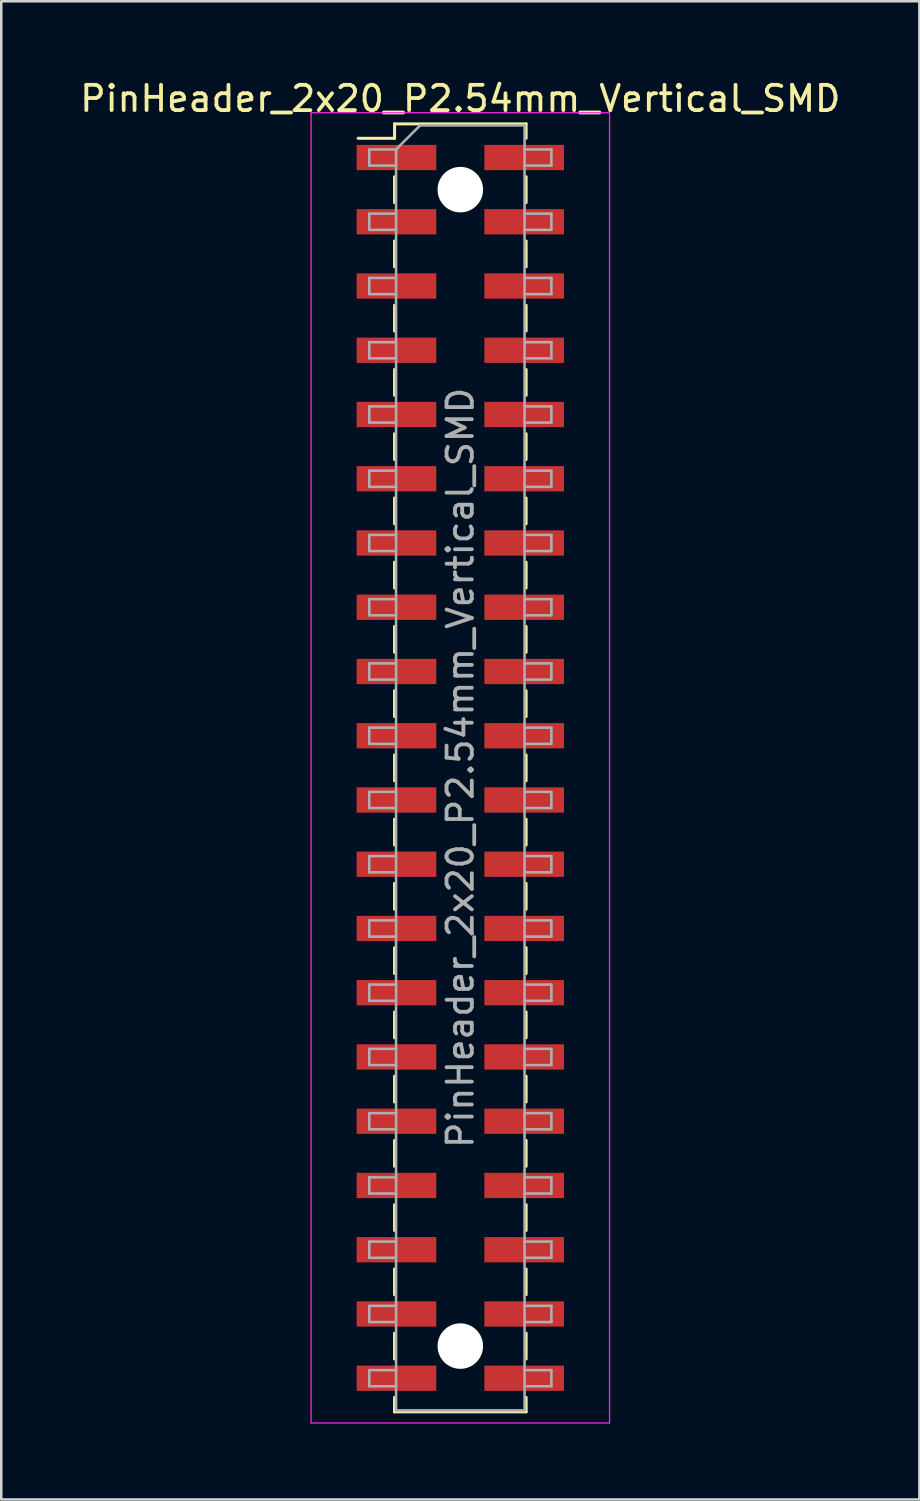
<source format=kicad_pcb>
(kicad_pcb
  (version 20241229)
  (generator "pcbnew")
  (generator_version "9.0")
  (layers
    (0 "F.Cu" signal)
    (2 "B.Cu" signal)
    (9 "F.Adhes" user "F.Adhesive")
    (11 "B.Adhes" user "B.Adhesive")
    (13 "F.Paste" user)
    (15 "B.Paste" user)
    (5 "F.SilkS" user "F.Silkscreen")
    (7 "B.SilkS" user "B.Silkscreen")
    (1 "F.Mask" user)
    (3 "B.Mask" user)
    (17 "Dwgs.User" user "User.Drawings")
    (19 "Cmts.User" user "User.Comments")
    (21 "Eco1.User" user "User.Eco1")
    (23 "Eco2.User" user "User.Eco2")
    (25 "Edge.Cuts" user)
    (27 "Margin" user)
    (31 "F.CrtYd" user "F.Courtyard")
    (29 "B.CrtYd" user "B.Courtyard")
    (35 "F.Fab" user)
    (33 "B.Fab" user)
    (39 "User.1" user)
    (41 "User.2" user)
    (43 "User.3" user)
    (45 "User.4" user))
  (footprint "PinHeader_2x20_P2.54mm_Vertical_SMD"
    (layer "F.Cu")
    (at 15.149 27.308)
    (property "Reference" "PinHeader_2x20_P2.54mm_Vertical_SMD" (at 0 -26.46 0) (layer "F.SilkS") (effects (font (size 1 1) (thickness 0.15))))
    (attr smd)
    (fp_line (start -4.04 -24.89) (end -2.6 -24.89) (stroke (width 0.12) (type solid)) (layer "F.SilkS"))
    (fp_line (start -2.6 -25.46) (end -2.6 -24.89) (stroke (width 0.12) (type solid)) (layer "F.SilkS"))
    (fp_line (start -2.6 -25.46) (end 2.6 -25.46) (stroke (width 0.12) (type solid)) (layer "F.SilkS"))
    (fp_line (start -2.6 -23.37) (end -2.6 -22.35) (stroke (width 0.12) (type solid)) (layer "F.SilkS"))
    (fp_line (start -2.6 -20.83) (end -2.6 -19.81) (stroke (width 0.12) (type solid)) (layer "F.SilkS"))
    (fp_line (start -2.6 -18.29) (end -2.6 -17.27) (stroke (width 0.12) (type solid)) (layer "F.SilkS"))
    (fp_line (start -2.6 -15.75) (end -2.6 -14.73) (stroke (width 0.12) (type solid)) (layer "F.SilkS"))
    (fp_line (start -2.6 -13.21) (end -2.6 -12.19) (stroke (width 0.12) (type solid)) (layer "F.SilkS"))
    (fp_line (start -2.6 -10.67) (end -2.6 -9.65) (stroke (width 0.12) (type solid)) (layer "F.SilkS"))
    (fp_line (start -2.6 -8.13) (end -2.6 -7.11) (stroke (width 0.12) (type solid)) (layer "F.SilkS"))
    (fp_line (start -2.6 -5.59) (end -2.6 -4.57) (stroke (width 0.12) (type solid)) (layer "F.SilkS"))
    (fp_line (start -2.6 -3.05) (end -2.6 -2.03) (stroke (width 0.12) (type solid)) (layer "F.SilkS"))
    (fp_line (start -2.6 -0.51) (end -2.6 0.51) (stroke (width 0.12) (type solid)) (layer "F.SilkS"))
    (fp_line (start -2.6 2.03) (end -2.6 3.05) (stroke (width 0.12) (type solid)) (layer "F.SilkS"))
    (fp_line (start -2.6 4.57) (end -2.6 5.59) (stroke (width 0.12) (type solid)) (layer "F.SilkS"))
    (fp_line (start -2.6 7.11) (end -2.6 8.13) (stroke (width 0.12) (type solid)) (layer "F.SilkS"))
    (fp_line (start -2.6 9.65) (end -2.6 10.67) (stroke (width 0.12) (type solid)) (layer "F.SilkS"))
    (fp_line (start -2.6 12.19) (end -2.6 13.21) (stroke (width 0.12) (type solid)) (layer "F.SilkS"))
    (fp_line (start -2.6 14.73) (end -2.6 15.75) (stroke (width 0.12) (type solid)) (layer "F.SilkS"))
    (fp_line (start -2.6 17.27) (end -2.6 18.29) (stroke (width 0.12) (type solid)) (layer "F.SilkS"))
    (fp_line (start -2.6 19.81) (end -2.6 20.83) (stroke (width 0.12) (type solid)) (layer "F.SilkS"))
    (fp_line (start -2.6 22.35) (end -2.6 23.37) (stroke (width 0.12) (type solid)) (layer "F.SilkS"))
    (fp_line (start -2.6 24.89) (end -2.6 25.46) (stroke (width 0.12) (type solid)) (layer "F.SilkS"))
    (fp_line (start -2.6 25.46) (end 2.6 25.46) (stroke (width 0.12) (type solid)) (layer "F.SilkS"))
    (fp_line (start 2.6 -25.46) (end 2.6 -24.89) (stroke (width 0.12) (type solid)) (layer "F.SilkS"))
    (fp_line (start 2.6 -23.37) (end 2.6 -22.35) (stroke (width 0.12) (type solid)) (layer "F.SilkS"))
    (fp_line (start 2.6 -20.83) (end 2.6 -19.81) (stroke (width 0.12) (type solid)) (layer "F.SilkS"))
    (fp_line (start 2.6 -18.29) (end 2.6 -17.27) (stroke (width 0.12) (type solid)) (layer "F.SilkS"))
    (fp_line (start 2.6 -15.75) (end 2.6 -14.73) (stroke (width 0.12) (type solid)) (layer "F.SilkS"))
    (fp_line (start 2.6 -13.21) (end 2.6 -12.19) (stroke (width 0.12) (type solid)) (layer "F.SilkS"))
    (fp_line (start 2.6 -10.67) (end 2.6 -9.65) (stroke (width 0.12) (type solid)) (layer "F.SilkS"))
    (fp_line (start 2.6 -8.13) (end 2.6 -7.11) (stroke (width 0.12) (type solid)) (layer "F.SilkS"))
    (fp_line (start 2.6 -5.59) (end 2.6 -4.57) (stroke (width 0.12) (type solid)) (layer "F.SilkS"))
    (fp_line (start 2.6 -3.05) (end 2.6 -2.03) (stroke (width 0.12) (type solid)) (layer "F.SilkS"))
    (fp_line (start 2.6 -0.51) (end 2.6 0.51) (stroke (width 0.12) (type solid)) (layer "F.SilkS"))
    (fp_line (start 2.6 2.03) (end 2.6 3.05) (stroke (width 0.12) (type solid)) (layer "F.SilkS"))
    (fp_line (start 2.6 4.57) (end 2.6 5.59) (stroke (width 0.12) (type solid)) (layer "F.SilkS"))
    (fp_line (start 2.6 7.11) (end 2.6 8.13) (stroke (width 0.12) (type solid)) (layer "F.SilkS"))
    (fp_line (start 2.6 9.65) (end 2.6 10.67) (stroke (width 0.12) (type solid)) (layer "F.SilkS"))
    (fp_line (start 2.6 12.19) (end 2.6 13.21) (stroke (width 0.12) (type solid)) (layer "F.SilkS"))
    (fp_line (start 2.6 14.73) (end 2.6 15.75) (stroke (width 0.12) (type solid)) (layer "F.SilkS"))
    (fp_line (start 2.6 17.27) (end 2.6 18.29) (stroke (width 0.12) (type solid)) (layer "F.SilkS"))
    (fp_line (start 2.6 19.81) (end 2.6 20.83) (stroke (width 0.12) (type solid)) (layer "F.SilkS"))
    (fp_line (start 2.6 22.35) (end 2.6 23.37) (stroke (width 0.12) (type solid)) (layer "F.SilkS"))
    (fp_line (start 2.6 24.89) (end 2.6 25.46) (stroke (width 0.12) (type solid)) (layer "F.SilkS"))
    (fp_line (start -5.9 -25.9) (end -5.9 25.9) (stroke (width 0.05) (type solid)) (layer "F.CrtYd"))
    (fp_line (start -5.9 25.9) (end 5.9 25.9) (stroke (width 0.05) (type solid)) (layer "F.CrtYd"))
    (fp_line (start 5.9 -25.9) (end -5.9 -25.9) (stroke (width 0.05) (type solid)) (layer "F.CrtYd"))
    (fp_line (start 5.9 25.9) (end 5.9 -25.9) (stroke (width 0.05) (type solid)) (layer "F.CrtYd"))
    (fp_line (start -3.6 -24.45) (end -3.6 -23.81) (stroke (width 0.1) (type solid)) (layer "F.Fab"))
    (fp_line (start -3.6 -23.81) (end -2.54 -23.81) (stroke (width 0.1) (type solid)) (layer "F.Fab"))
    (fp_line (start -3.6 -21.91) (end -3.6 -21.27) (stroke (width 0.1) (type solid)) (layer "F.Fab"))
    (fp_line (start -3.6 -21.27) (end -2.54 -21.27) (stroke (width 0.1) (type solid)) (layer "F.Fab"))
    (fp_line (start -3.6 -19.37) (end -3.6 -18.73) (stroke (width 0.1) (type solid)) (layer "F.Fab"))
    (fp_line (start -3.6 -18.73) (end -2.54 -18.73) (stroke (width 0.1) (type solid)) (layer "F.Fab"))
    (fp_line (start -3.6 -16.83) (end -3.6 -16.19) (stroke (width 0.1) (type solid)) (layer "F.Fab"))
    (fp_line (start -3.6 -16.19) (end -2.54 -16.19) (stroke (width 0.1) (type solid)) (layer "F.Fab"))
    (fp_line (start -3.6 -14.29) (end -3.6 -13.65) (stroke (width 0.1) (type solid)) (layer "F.Fab"))
    (fp_line (start -3.6 -13.65) (end -2.54 -13.65) (stroke (width 0.1) (type solid)) (layer "F.Fab"))
    (fp_line (start -3.6 -11.75) (end -3.6 -11.11) (stroke (width 0.1) (type solid)) (layer "F.Fab"))
    (fp_line (start -3.6 -11.11) (end -2.54 -11.11) (stroke (width 0.1) (type solid)) (layer "F.Fab"))
    (fp_line (start -3.6 -9.21) (end -3.6 -8.57) (stroke (width 0.1) (type solid)) (layer "F.Fab"))
    (fp_line (start -3.6 -8.57) (end -2.54 -8.57) (stroke (width 0.1) (type solid)) (layer "F.Fab"))
    (fp_line (start -3.6 -6.67) (end -3.6 -6.03) (stroke (width 0.1) (type solid)) (layer "F.Fab"))
    (fp_line (start -3.6 -6.03) (end -2.54 -6.03) (stroke (width 0.1) (type solid)) (layer "F.Fab"))
    (fp_line (start -3.6 -4.13) (end -3.6 -3.49) (stroke (width 0.1) (type solid)) (layer "F.Fab"))
    (fp_line (start -3.6 -3.49) (end -2.54 -3.49) (stroke (width 0.1) (type solid)) (layer "F.Fab"))
    (fp_line (start -3.6 -1.59) (end -3.6 -0.95) (stroke (width 0.1) (type solid)) (layer "F.Fab"))
    (fp_line (start -3.6 -0.95) (end -2.54 -0.95) (stroke (width 0.1) (type solid)) (layer "F.Fab"))
    (fp_line (start -3.6 0.95) (end -3.6 1.59) (stroke (width 0.1) (type solid)) (layer "F.Fab"))
    (fp_line (start -3.6 1.59) (end -2.54 1.59) (stroke (width 0.1) (type solid)) (layer "F.Fab"))
    (fp_line (start -3.6 3.49) (end -3.6 4.13) (stroke (width 0.1) (type solid)) (layer "F.Fab"))
    (fp_line (start -3.6 4.13) (end -2.54 4.13) (stroke (width 0.1) (type solid)) (layer "F.Fab"))
    (fp_line (start -3.6 6.03) (end -3.6 6.67) (stroke (width 0.1) (type solid)) (layer "F.Fab"))
    (fp_line (start -3.6 6.67) (end -2.54 6.67) (stroke (width 0.1) (type solid)) (layer "F.Fab"))
    (fp_line (start -3.6 8.57) (end -3.6 9.21) (stroke (width 0.1) (type solid)) (layer "F.Fab"))
    (fp_line (start -3.6 9.21) (end -2.54 9.21) (stroke (width 0.1) (type solid)) (layer "F.Fab"))
    (fp_line (start -3.6 11.11) (end -3.6 11.75) (stroke (width 0.1) (type solid)) (layer "F.Fab"))
    (fp_line (start -3.6 11.75) (end -2.54 11.75) (stroke (width 0.1) (type solid)) (layer "F.Fab"))
    (fp_line (start -3.6 13.65) (end -3.6 14.29) (stroke (width 0.1) (type solid)) (layer "F.Fab"))
    (fp_line (start -3.6 14.29) (end -2.54 14.29) (stroke (width 0.1) (type solid)) (layer "F.Fab"))
    (fp_line (start -3.6 16.19) (end -3.6 16.83) (stroke (width 0.1) (type solid)) (layer "F.Fab"))
    (fp_line (start -3.6 16.83) (end -2.54 16.83) (stroke (width 0.1) (type solid)) (layer "F.Fab"))
    (fp_line (start -3.6 18.73) (end -3.6 19.37) (stroke (width 0.1) (type solid)) (layer "F.Fab"))
    (fp_line (start -3.6 19.37) (end -2.54 19.37) (stroke (width 0.1) (type solid)) (layer "F.Fab"))
    (fp_line (start -3.6 21.27) (end -3.6 21.91) (stroke (width 0.1) (type solid)) (layer "F.Fab"))
    (fp_line (start -3.6 21.91) (end -2.54 21.91) (stroke (width 0.1) (type solid)) (layer "F.Fab"))
    (fp_line (start -3.6 23.81) (end -3.6 24.45) (stroke (width 0.1) (type solid)) (layer "F.Fab"))
    (fp_line (start -3.6 24.45) (end -2.54 24.45) (stroke (width 0.1) (type solid)) (layer "F.Fab"))
    (fp_line (start -2.54 -24.45) (end -3.6 -24.45) (stroke (width 0.1) (type solid)) (layer "F.Fab"))
    (fp_line (start -2.54 -24.45) (end -1.59 -25.4) (stroke (width 0.1) (type solid)) (layer "F.Fab"))
    (fp_line (start -2.54 -21.91) (end -3.6 -21.91) (stroke (width 0.1) (type solid)) (layer "F.Fab"))
    (fp_line (start -2.54 -19.37) (end -3.6 -19.37) (stroke (width 0.1) (type solid)) (layer "F.Fab"))
    (fp_line (start -2.54 -16.83) (end -3.6 -16.83) (stroke (width 0.1) (type solid)) (layer "F.Fab"))
    (fp_line (start -2.54 -14.29) (end -3.6 -14.29) (stroke (width 0.1) (type solid)) (layer "F.Fab"))
    (fp_line (start -2.54 -11.75) (end -3.6 -11.75) (stroke (width 0.1) (type solid)) (layer "F.Fab"))
    (fp_line (start -2.54 -9.21) (end -3.6 -9.21) (stroke (width 0.1) (type solid)) (layer "F.Fab"))
    (fp_line (start -2.54 -6.67) (end -3.6 -6.67) (stroke (width 0.1) (type solid)) (layer "F.Fab"))
    (fp_line (start -2.54 -4.13) (end -3.6 -4.13) (stroke (width 0.1) (type solid)) (layer "F.Fab"))
    (fp_line (start -2.54 -1.59) (end -3.6 -1.59) (stroke (width 0.1) (type solid)) (layer "F.Fab"))
    (fp_line (start -2.54 0.95) (end -3.6 0.95) (stroke (width 0.1) (type solid)) (layer "F.Fab"))
    (fp_line (start -2.54 3.49) (end -3.6 3.49) (stroke (width 0.1) (type solid)) (layer "F.Fab"))
    (fp_line (start -2.54 6.03) (end -3.6 6.03) (stroke (width 0.1) (type solid)) (layer "F.Fab"))
    (fp_line (start -2.54 8.57) (end -3.6 8.57) (stroke (width 0.1) (type solid)) (layer "F.Fab"))
    (fp_line (start -2.54 11.11) (end -3.6 11.11) (stroke (width 0.1) (type solid)) (layer "F.Fab"))
    (fp_line (start -2.54 13.65) (end -3.6 13.65) (stroke (width 0.1) (type solid)) (layer "F.Fab"))
    (fp_line (start -2.54 16.19) (end -3.6 16.19) (stroke (width 0.1) (type solid)) (layer "F.Fab"))
    (fp_line (start -2.54 18.73) (end -3.6 18.73) (stroke (width 0.1) (type solid)) (layer "F.Fab"))
    (fp_line (start -2.54 21.27) (end -3.6 21.27) (stroke (width 0.1) (type solid)) (layer "F.Fab"))
    (fp_line (start -2.54 23.81) (end -3.6 23.81) (stroke (width 0.1) (type solid)) (layer "F.Fab"))
    (fp_line (start -2.54 25.4) (end -2.54 -24.45) (stroke (width 0.1) (type solid)) (layer "F.Fab"))
    (fp_line (start -1.59 -25.4) (end 2.54 -25.4) (stroke (width 0.1) (type solid)) (layer "F.Fab"))
    (fp_line (start 2.54 -25.4) (end 2.54 25.4) (stroke (width 0.1) (type solid)) (layer "F.Fab"))
    (fp_line (start 2.54 -24.45) (end 3.6 -24.45) (stroke (width 0.1) (type solid)) (layer "F.Fab"))
    (fp_line (start 2.54 -21.91) (end 3.6 -21.91) (stroke (width 0.1) (type solid)) (layer "F.Fab"))
    (fp_line (start 2.54 -19.37) (end 3.6 -19.37) (stroke (width 0.1) (type solid)) (layer "F.Fab"))
    (fp_line (start 2.54 -16.83) (end 3.6 -16.83) (stroke (width 0.1) (type solid)) (layer "F.Fab"))
    (fp_line (start 2.54 -14.29) (end 3.6 -14.29) (stroke (width 0.1) (type solid)) (layer "F.Fab"))
    (fp_line (start 2.54 -11.75) (end 3.6 -11.75) (stroke (width 0.1) (type solid)) (layer "F.Fab"))
    (fp_line (start 2.54 -9.21) (end 3.6 -9.21) (stroke (width 0.1) (type solid)) (layer "F.Fab"))
    (fp_line (start 2.54 -6.67) (end 3.6 -6.67) (stroke (width 0.1) (type solid)) (layer "F.Fab"))
    (fp_line (start 2.54 -4.13) (end 3.6 -4.13) (stroke (width 0.1) (type solid)) (layer "F.Fab"))
    (fp_line (start 2.54 -1.59) (end 3.6 -1.59) (stroke (width 0.1) (type solid)) (layer "F.Fab"))
    (fp_line (start 2.54 0.95) (end 3.6 0.95) (stroke (width 0.1) (type solid)) (layer "F.Fab"))
    (fp_line (start 2.54 3.49) (end 3.6 3.49) (stroke (width 0.1) (type solid)) (layer "F.Fab"))
    (fp_line (start 2.54 6.03) (end 3.6 6.03) (stroke (width 0.1) (type solid)) (layer "F.Fab"))
    (fp_line (start 2.54 8.57) (end 3.6 8.57) (stroke (width 0.1) (type solid)) (layer "F.Fab"))
    (fp_line (start 2.54 11.11) (end 3.6 11.11) (stroke (width 0.1) (type solid)) (layer "F.Fab"))
    (fp_line (start 2.54 13.65) (end 3.6 13.65) (stroke (width 0.1) (type solid)) (layer "F.Fab"))
    (fp_line (start 2.54 16.19) (end 3.6 16.19) (stroke (width 0.1) (type solid)) (layer "F.Fab"))
    (fp_line (start 2.54 18.73) (end 3.6 18.73) (stroke (width 0.1) (type solid)) (layer "F.Fab"))
    (fp_line (start 2.54 21.27) (end 3.6 21.27) (stroke (width 0.1) (type solid)) (layer "F.Fab"))
    (fp_line (start 2.54 23.81) (end 3.6 23.81) (stroke (width 0.1) (type solid)) (layer "F.Fab"))
    (fp_line (start 2.54 25.4) (end -2.54 25.4) (stroke (width 0.1) (type solid)) (layer "F.Fab"))
    (fp_line (start 3.6 -24.45) (end 3.6 -23.81) (stroke (width 0.1) (type solid)) (layer "F.Fab"))
    (fp_line (start 3.6 -23.81) (end 2.54 -23.81) (stroke (width 0.1) (type solid)) (layer "F.Fab"))
    (fp_line (start 3.6 -21.91) (end 3.6 -21.27) (stroke (width 0.1) (type solid)) (layer "F.Fab"))
    (fp_line (start 3.6 -21.27) (end 2.54 -21.27) (stroke (width 0.1) (type solid)) (layer "F.Fab"))
    (fp_line (start 3.6 -19.37) (end 3.6 -18.73) (stroke (width 0.1) (type solid)) (layer "F.Fab"))
    (fp_line (start 3.6 -18.73) (end 2.54 -18.73) (stroke (width 0.1) (type solid)) (layer "F.Fab"))
    (fp_line (start 3.6 -16.83) (end 3.6 -16.19) (stroke (width 0.1) (type solid)) (layer "F.Fab"))
    (fp_line (start 3.6 -16.19) (end 2.54 -16.19) (stroke (width 0.1) (type solid)) (layer "F.Fab"))
    (fp_line (start 3.6 -14.29) (end 3.6 -13.65) (stroke (width 0.1) (type solid)) (layer "F.Fab"))
    (fp_line (start 3.6 -13.65) (end 2.54 -13.65) (stroke (width 0.1) (type solid)) (layer "F.Fab"))
    (fp_line (start 3.6 -11.75) (end 3.6 -11.11) (stroke (width 0.1) (type solid)) (layer "F.Fab"))
    (fp_line (start 3.6 -11.11) (end 2.54 -11.11) (stroke (width 0.1) (type solid)) (layer "F.Fab"))
    (fp_line (start 3.6 -9.21) (end 3.6 -8.57) (stroke (width 0.1) (type solid)) (layer "F.Fab"))
    (fp_line (start 3.6 -8.57) (end 2.54 -8.57) (stroke (width 0.1) (type solid)) (layer "F.Fab"))
    (fp_line (start 3.6 -6.67) (end 3.6 -6.03) (stroke (width 0.1) (type solid)) (layer "F.Fab"))
    (fp_line (start 3.6 -6.03) (end 2.54 -6.03) (stroke (width 0.1) (type solid)) (layer "F.Fab"))
    (fp_line (start 3.6 -4.13) (end 3.6 -3.49) (stroke (width 0.1) (type solid)) (layer "F.Fab"))
    (fp_line (start 3.6 -3.49) (end 2.54 -3.49) (stroke (width 0.1) (type solid)) (layer "F.Fab"))
    (fp_line (start 3.6 -1.59) (end 3.6 -0.95) (stroke (width 0.1) (type solid)) (layer "F.Fab"))
    (fp_line (start 3.6 -0.95) (end 2.54 -0.95) (stroke (width 0.1) (type solid)) (layer "F.Fab"))
    (fp_line (start 3.6 0.95) (end 3.6 1.59) (stroke (width 0.1) (type solid)) (layer "F.Fab"))
    (fp_line (start 3.6 1.59) (end 2.54 1.59) (stroke (width 0.1) (type solid)) (layer "F.Fab"))
    (fp_line (start 3.6 3.49) (end 3.6 4.13) (stroke (width 0.1) (type solid)) (layer "F.Fab"))
    (fp_line (start 3.6 4.13) (end 2.54 4.13) (stroke (width 0.1) (type solid)) (layer "F.Fab"))
    (fp_line (start 3.6 6.03) (end 3.6 6.67) (stroke (width 0.1) (type solid)) (layer "F.Fab"))
    (fp_line (start 3.6 6.67) (end 2.54 6.67) (stroke (width 0.1) (type solid)) (layer "F.Fab"))
    (fp_line (start 3.6 8.57) (end 3.6 9.21) (stroke (width 0.1) (type solid)) (layer "F.Fab"))
    (fp_line (start 3.6 9.21) (end 2.54 9.21) (stroke (width 0.1) (type solid)) (layer "F.Fab"))
    (fp_line (start 3.6 11.11) (end 3.6 11.75) (stroke (width 0.1) (type solid)) (layer "F.Fab"))
    (fp_line (start 3.6 11.75) (end 2.54 11.75) (stroke (width 0.1) (type solid)) (layer "F.Fab"))
    (fp_line (start 3.6 13.65) (end 3.6 14.29) (stroke (width 0.1) (type solid)) (layer "F.Fab"))
    (fp_line (start 3.6 14.29) (end 2.54 14.29) (stroke (width 0.1) (type solid)) (layer "F.Fab"))
    (fp_line (start 3.6 16.19) (end 3.6 16.83) (stroke (width 0.1) (type solid)) (layer "F.Fab"))
    (fp_line (start 3.6 16.83) (end 2.54 16.83) (stroke (width 0.1) (type solid)) (layer "F.Fab"))
    (fp_line (start 3.6 18.73) (end 3.6 19.37) (stroke (width 0.1) (type solid)) (layer "F.Fab"))
    (fp_line (start 3.6 19.37) (end 2.54 19.37) (stroke (width 0.1) (type solid)) (layer "F.Fab"))
    (fp_line (start 3.6 21.27) (end 3.6 21.91) (stroke (width 0.1) (type solid)) (layer "F.Fab"))
    (fp_line (start 3.6 21.91) (end 2.54 21.91) (stroke (width 0.1) (type solid)) (layer "F.Fab"))
    (fp_line (start 3.6 23.81) (end 3.6 24.45) (stroke (width 0.1) (type solid)) (layer "F.Fab"))
    (fp_line (start 3.6 24.45) (end 2.54 24.45) (stroke (width 0.1) (type solid)) (layer "F.Fab"))
    (fp_text user "${REFERENCE}" (at 0 0 90) (layer "F.Fab") (effects (font (size 1 1) (thickness 0.15))))
    (pad "" np_thru_hole circle (at 0 -22.86) (size 1.8 1.8) (drill 1.8) (layers "*.Cu" "*.Mask"))
    (pad "" np_thru_hole circle (at 0 22.86) (size 1.8 1.8) (drill 1.8) (layers "*.Cu" "*.Mask"))
    (pad "1" smd rect (at -2.525 -24.13) (size 3.15 1) (layers "F.Cu" "F.Mask" "F.Paste"))
    (pad "2" smd rect (at 2.525 -24.13) (size 3.15 1) (layers "F.Cu" "F.Mask" "F.Paste"))
    (pad "3" smd rect (at -2.525 -21.59) (size 3.15 1) (layers "F.Cu" "F.Mask" "F.Paste"))
    (pad "4" smd rect (at 2.525 -21.59) (size 3.15 1) (layers "F.Cu" "F.Mask" "F.Paste"))
    (pad "5" smd rect (at -2.525 -19.05) (size 3.15 1) (layers "F.Cu" "F.Mask" "F.Paste"))
    (pad "6" smd rect (at 2.525 -19.05) (size 3.15 1) (layers "F.Cu" "F.Mask" "F.Paste"))
    (pad "7" smd rect (at -2.525 -16.51) (size 3.15 1) (layers "F.Cu" "F.Mask" "F.Paste"))
    (pad "8" smd rect (at 2.525 -16.51) (size 3.15 1) (layers "F.Cu" "F.Mask" "F.Paste"))
    (pad "9" smd rect (at -2.525 -13.97) (size 3.15 1) (layers "F.Cu" "F.Mask" "F.Paste"))
    (pad "10" smd rect (at 2.525 -13.97) (size 3.15 1) (layers "F.Cu" "F.Mask" "F.Paste"))
    (pad "11" smd rect (at -2.525 -11.43) (size 3.15 1) (layers "F.Cu" "F.Mask" "F.Paste"))
    (pad "12" smd rect (at 2.525 -11.43) (size 3.15 1) (layers "F.Cu" "F.Mask" "F.Paste"))
    (pad "13" smd rect (at -2.525 -8.89) (size 3.15 1) (layers "F.Cu" "F.Mask" "F.Paste"))
    (pad "14" smd rect (at 2.525 -8.89) (size 3.15 1) (layers "F.Cu" "F.Mask" "F.Paste"))
    (pad "15" smd rect (at -2.525 -6.35) (size 3.15 1) (layers "F.Cu" "F.Mask" "F.Paste"))
    (pad "16" smd rect (at 2.525 -6.35) (size 3.15 1) (layers "F.Cu" "F.Mask" "F.Paste"))
    (pad "17" smd rect (at -2.525 -3.81) (size 3.15 1) (layers "F.Cu" "F.Mask" "F.Paste"))
    (pad "18" smd rect (at 2.525 -3.81) (size 3.15 1) (layers "F.Cu" "F.Mask" "F.Paste"))
    (pad "19" smd rect (at -2.525 -1.27) (size 3.15 1) (layers "F.Cu" "F.Mask" "F.Paste"))
    (pad "20" smd rect (at 2.525 -1.27) (size 3.15 1) (layers "F.Cu" "F.Mask" "F.Paste"))
    (pad "21" smd rect (at -2.525 1.27) (size 3.15 1) (layers "F.Cu" "F.Mask" "F.Paste"))
    (pad "22" smd rect (at 2.525 1.27) (size 3.15 1) (layers "F.Cu" "F.Mask" "F.Paste"))
    (pad "23" smd rect (at -2.525 3.81) (size 3.15 1) (layers "F.Cu" "F.Mask" "F.Paste"))
    (pad "24" smd rect (at 2.525 3.81) (size 3.15 1) (layers "F.Cu" "F.Mask" "F.Paste"))
    (pad "25" smd rect (at -2.525 6.35) (size 3.15 1) (layers "F.Cu" "F.Mask" "F.Paste"))
    (pad "26" smd rect (at 2.525 6.35) (size 3.15 1) (layers "F.Cu" "F.Mask" "F.Paste"))
    (pad "27" smd rect (at -2.525 8.89) (size 3.15 1) (layers "F.Cu" "F.Mask" "F.Paste"))
    (pad "28" smd rect (at 2.525 8.89) (size 3.15 1) (layers "F.Cu" "F.Mask" "F.Paste"))
    (pad "29" smd rect (at -2.525 11.43) (size 3.15 1) (layers "F.Cu" "F.Mask" "F.Paste"))
    (pad "30" smd rect (at 2.525 11.43) (size 3.15 1) (layers "F.Cu" "F.Mask" "F.Paste"))
    (pad "31" smd rect (at -2.525 13.97) (size 3.15 1) (layers "F.Cu" "F.Mask" "F.Paste"))
    (pad "32" smd rect (at 2.525 13.97) (size 3.15 1) (layers "F.Cu" "F.Mask" "F.Paste"))
    (pad "33" smd rect (at -2.525 16.51) (size 3.15 1) (layers "F.Cu" "F.Mask" "F.Paste"))
    (pad "34" smd rect (at 2.525 16.51) (size 3.15 1) (layers "F.Cu" "F.Mask" "F.Paste"))
    (pad "35" smd rect (at -2.525 19.05) (size 3.15 1) (layers "F.Cu" "F.Mask" "F.Paste"))
    (pad "36" smd rect (at 2.525 19.05) (size 3.15 1) (layers "F.Cu" "F.Mask" "F.Paste"))
    (pad "37" smd rect (at -2.525 21.59) (size 3.15 1) (layers "F.Cu" "F.Mask" "F.Paste"))
    (pad "38" smd rect (at 2.525 21.59) (size 3.15 1) (layers "F.Cu" "F.Mask" "F.Paste"))
    (pad "39" smd rect (at -2.525 24.13) (size 3.15 1) (layers "F.Cu" "F.Mask" "F.Paste"))
    (pad "40" smd rect (at 2.525 24.13) (size 3.15 1) (layers "F.Cu" "F.Mask" "F.Paste")))
  (gr_rect
    (start -3 -3)
    (end 33.298 56.233)
    (stroke (width 0.1) (type default))
    (fill no)
    (layer "Edge.Cuts")))
</source>
